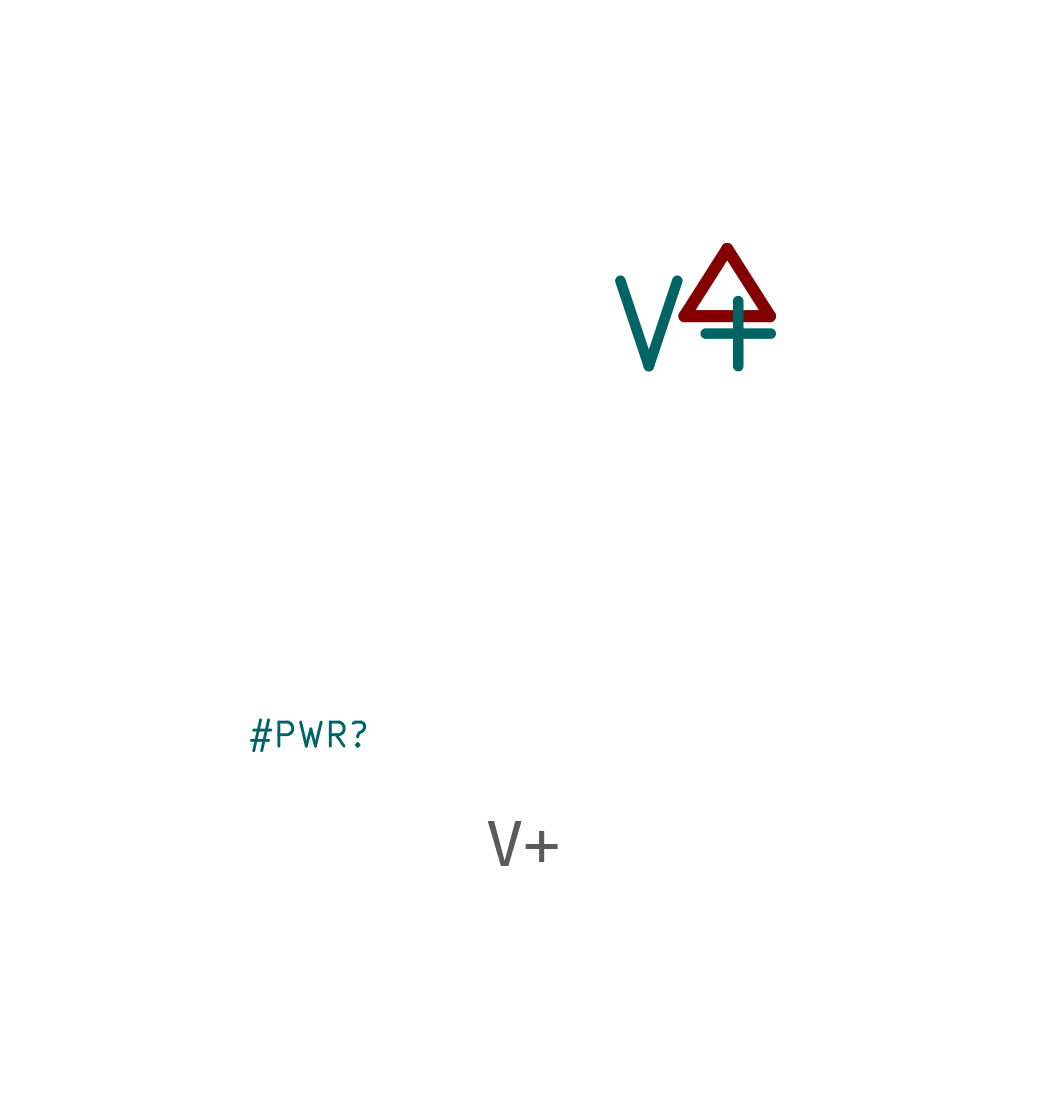
<source format=kicad_sym>
(kicad_symbol_lib
  (version 20220914)
  (generator Eagle2Kicad)
  (symbol "V+"
    (power)
    (pin_names
      (offset 0))
    (property "Reference" "#PWR"
      (at -10 -10 0)
      (effects (font (size 0.5 0.5) (thickness 0.06)) (justify left)))
    (property "Value" "V+"
      (at -2.54 -2.54 0)
      (effects (font (size 1.778 1.778) (thickness 0.22)) (justify left bottom)))
    (polyline
      (pts (xy 0.889 -1.27) (xy 0 0.127))
      (stroke (width 0.254) (type default))
      (fill (type none)))
    (polyline
      (pts (xy 0 0.127) (xy -0.889 -1.27))
      (stroke (width 0.254) (type default))
      (fill (type none)))
    (polyline
      (pts (xy -0.889 -1.27) (xy 0.889 -1.27))
      (stroke (width 0.254) (type default))
      (fill (type none)))
    (pin power_in line
      (at 0 -2.54 90)
      (length 2.54) hide
      (name "V+" (effects (font (size 0.635 0.635) (thickness 0.08)) (justify left bottom)))
      (number "1" (effects (font (size 0.635 0.635) (thickness 0.08)) (justify left bottom))))))
</source>
